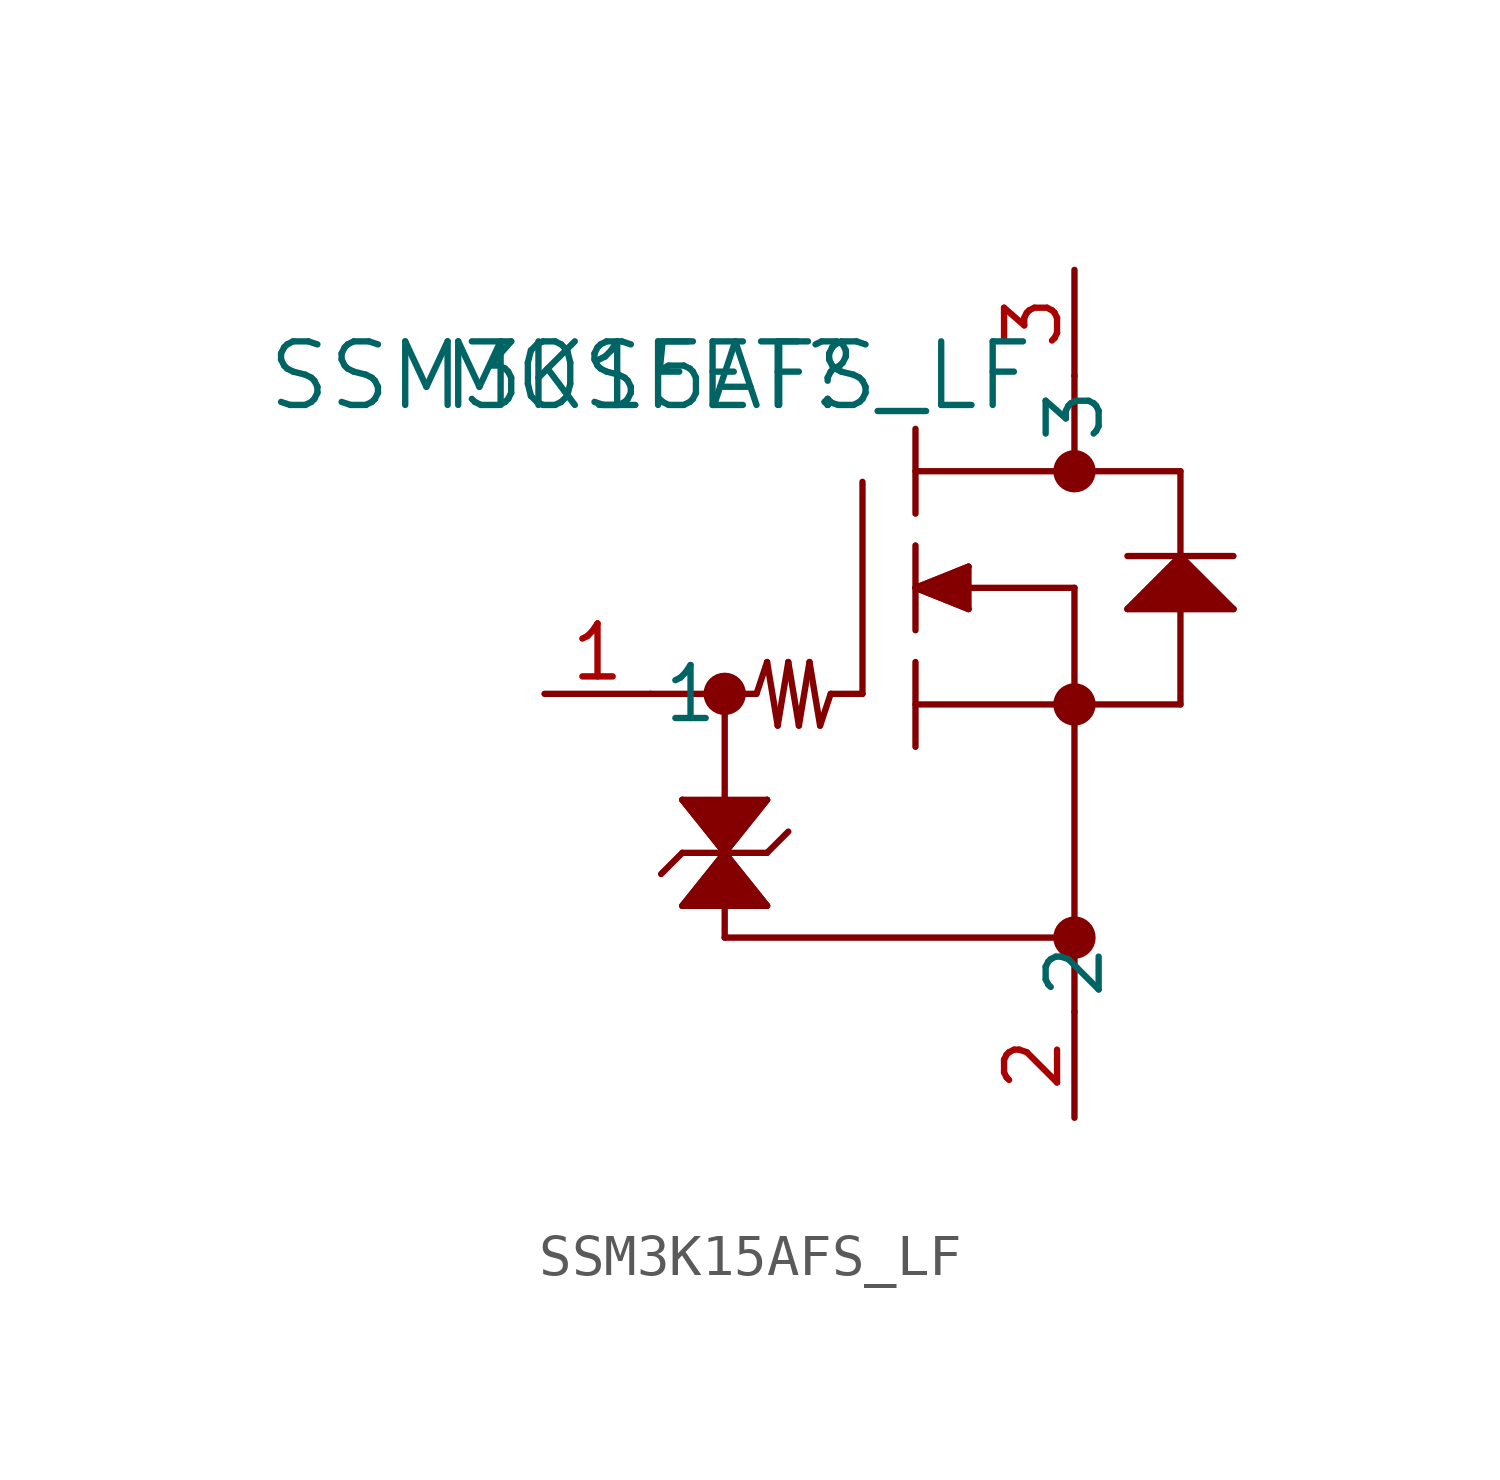
<source format=kicad_sym>
(kicad_symbol_lib
  (version 20231120)
  (generator "kicad_symbol_editor")
  (generator_version "8.0")
  (symbol "SSM3K15AFS_LF"
    (pin_names
      (offset 0.254))
    (property "Reference" "MOSFET"
      (at 0 0 0)
      (effects (font (size 1.524 1.524))))
    (property "Value" "SSM3K15AFS_LF"
      (at 0 0 0)
      (effects (font (size 1.524 1.524))))
    (symbol "SSM3K15AFS_LF_0_1"
      (polyline (pts (xy 0 -7.62) (xy 2.54 -7.62)) (stroke (width 0.152) (type default)) (fill (type none)))
      (polyline (pts (xy 0.762 -12.7) (xy 2.794 -12.7)) (stroke (width 0.152) (type default)) (fill (type none)))
      (polyline (pts (xy 0.762 -11.43) (xy 0.254 -11.938)) (stroke (width 0.152) (type default)) (fill (type none)))
      (polyline (pts (xy 0.762 -11.43) (xy 2.794 -11.43)) (stroke (width 0.152) (type default)) (fill (type none)))
      (polyline (pts (xy 0.762 -10.16) (xy 1.778 -11.43)) (stroke (width 0.152) (type default)) (fill (type none)))
      (polyline (pts (xy 1.778 -13.462) (xy 10.16 -13.462)) (stroke (width 0.152) (type default)) (fill (type none)))
      (polyline (pts (xy 1.778 -12.7) (xy 1.778 -13.462)) (stroke (width 0.152) (type default)) (fill (type none)))
      (polyline (pts (xy 1.778 -11.43) (xy 0.762 -12.7)) (stroke (width 0.152) (type default)) (fill (type none)))
      (polyline (pts (xy 1.778 -11.43) (xy 2.794 -10.16)) (stroke (width 0.152) (type default)) (fill (type none)))
      (polyline (pts (xy 1.778 -7.62) (xy 1.778 -10.16)) (stroke (width 0.152) (type default)) (fill (type none)))
      (polyline (pts (xy 2.794 -12.7) (xy 1.778 -11.43)) (stroke (width 0.152) (type default)) (fill (type none)))
      (polyline (pts (xy 2.794 -11.43) (xy 3.302 -10.922)) (stroke (width 0.152) (type default)) (fill (type none)))
      (polyline (pts (xy 2.794 -10.16) (xy 0.762 -10.16)) (stroke (width 0.152) (type default)) (fill (type none)))
      (polyline (pts (xy 2.794 -6.858) (xy 2.54 -7.62)) (stroke (width 0.152) (type default)) (fill (type none)))
      (polyline (pts (xy 3.048 -8.382) (xy 2.794 -6.858)) (stroke (width 0.152) (type default)) (fill (type none)))
      (polyline (pts (xy 3.302 -6.858) (xy 3.048 -8.382)) (stroke (width 0.152) (type default)) (fill (type none)))
      (polyline (pts (xy 3.556 -8.382) (xy 3.302 -6.858)) (stroke (width 0.152) (type default)) (fill (type none)))
      (polyline (pts (xy 3.81 -6.858) (xy 3.556 -8.382)) (stroke (width 0.152) (type default)) (fill (type none)))
      (polyline (pts (xy 4.064 -8.382) (xy 3.81 -6.858)) (stroke (width 0.152) (type default)) (fill (type none)))
      (polyline (pts (xy 4.318 -7.62) (xy 4.064 -8.382)) (stroke (width 0.152) (type default)) (fill (type none)))
      (polyline (pts (xy 5.08 -7.62) (xy 4.318 -7.62)) (stroke (width 0.152) (type default)) (fill (type none)))
      (polyline (pts (xy 5.08 -7.62) (xy 5.08 -2.54)) (stroke (width 0.152) (type default)) (fill (type none)))
      (polyline (pts (xy 6.35 -8.89) (xy 6.35 -6.858)) (stroke (width 0.152) (type default)) (fill (type none)))
      (polyline (pts (xy 6.35 -7.874) (xy 12.7 -7.874)) (stroke (width 0.152) (type default)) (fill (type none)))
      (polyline (pts (xy 6.35 -6.096) (xy 6.35 -4.064)) (stroke (width 0.152) (type default)) (fill (type none)))
      (polyline (pts (xy 6.35 -5.08) (xy 7.62 -4.572)) (stroke (width 0.152) (type default)) (fill (type none)))
      (polyline (pts (xy 6.35 -3.302) (xy 6.35 -1.27)) (stroke (width 0.152) (type default)) (fill (type none)))
      (polyline (pts (xy 7.62 -5.588) (xy 6.35 -5.08)) (stroke (width 0.152) (type default)) (fill (type none)))
      (polyline (pts (xy 7.62 -5.08) (xy 10.16 -5.08)) (stroke (width 0.152) (type default)) (fill (type none)))
      (polyline (pts (xy 7.62 -4.572) (xy 7.62 -5.588)) (stroke (width 0.152) (type default)) (fill (type none)))
      (polyline (pts (xy 10.16 -5.08) (xy 10.16 -15.24)) (stroke (width 0.152) (type default)) (fill (type none)))
      (polyline (pts (xy 10.16 0) (xy 10.16 -2.286)) (stroke (width 0.152) (type default)) (fill (type none)))
      (polyline (pts (xy 11.43 -5.588) (xy 13.97 -5.588)) (stroke (width 0.152) (type default)) (fill (type none)))
      (polyline (pts (xy 11.43 -4.318) (xy 13.97 -4.318)) (stroke (width 0.152) (type default)) (fill (type none)))
      (polyline (pts (xy 12.7 -7.874) (xy 12.7 -5.588)) (stroke (width 0.152) (type default)) (fill (type none)))
      (polyline (pts (xy 12.7 -4.318) (xy 11.43 -5.588)) (stroke (width 0.152) (type default)) (fill (type none)))
      (polyline (pts (xy 12.7 -4.318) (xy 12.7 -2.286)) (stroke (width 0.152) (type default)) (fill (type none)))
      (polyline (pts (xy 12.7 -2.286) (xy 6.35 -2.286)) (stroke (width 0.152) (type default)) (fill (type none)))
      (polyline (pts (xy 13.97 -5.588) (xy 12.7 -4.318)) (stroke (width 0.152) (type default)) (fill (type none)))
      (polyline (pts (xy 7.62 -4.572) (xy 6.35 -5.08) (xy 7.62 -5.588)) (stroke (width 0) (type default)) (fill (type outline)))
      (polyline (pts (xy 12.7 -4.318) (xy 11.43 -5.588) (xy 13.97 -5.588)) (stroke (width 0) (type default)) (fill (type outline)))
      (polyline (pts (xy 0.762 -10.16) (xy 1.778 -11.43) (xy 0.762 -12.7) (xy 2.794 -12.7) (xy 1.778 -11.43) (xy 2.794 -10.16)) (stroke (width 0) (type default)) (fill (type outline)))
      (circle (center 1.778 -7.62) (radius 0.254) (stroke (width 0.508) (type default)) (fill (type none)))
      (circle (center 10.16 -13.462) (radius 0.254) (stroke (width 0.508) (type default)) (fill (type none)))
      (circle (center 10.16 -7.874) (radius 0.254) (stroke (width 0.508) (type default)) (fill (type none)))
      (circle (center 10.16 -2.286) (radius 0.254) (stroke (width 0.508) (type default)) (fill (type none)))
      (pin unspecified line (at -2.54 -7.62 0) (length 2.54) (name "1" (effects (font (size 1.27 1.27)))) (number "1" (effects (font (size 1.27 1.27)))))
      (pin unspecified line (at 10.16 -17.78 90) (length 2.54) (name "2" (effects (font (size 1.27 1.27)))) (number "2" (effects (font (size 1.27 1.27)))))
      (pin unspecified line (at 10.16 2.54 270) (length 2.54) (name "3" (effects (font (size 1.27 1.27)))) (number "3" (effects (font (size 1.27 1.27))))))))
</source>
